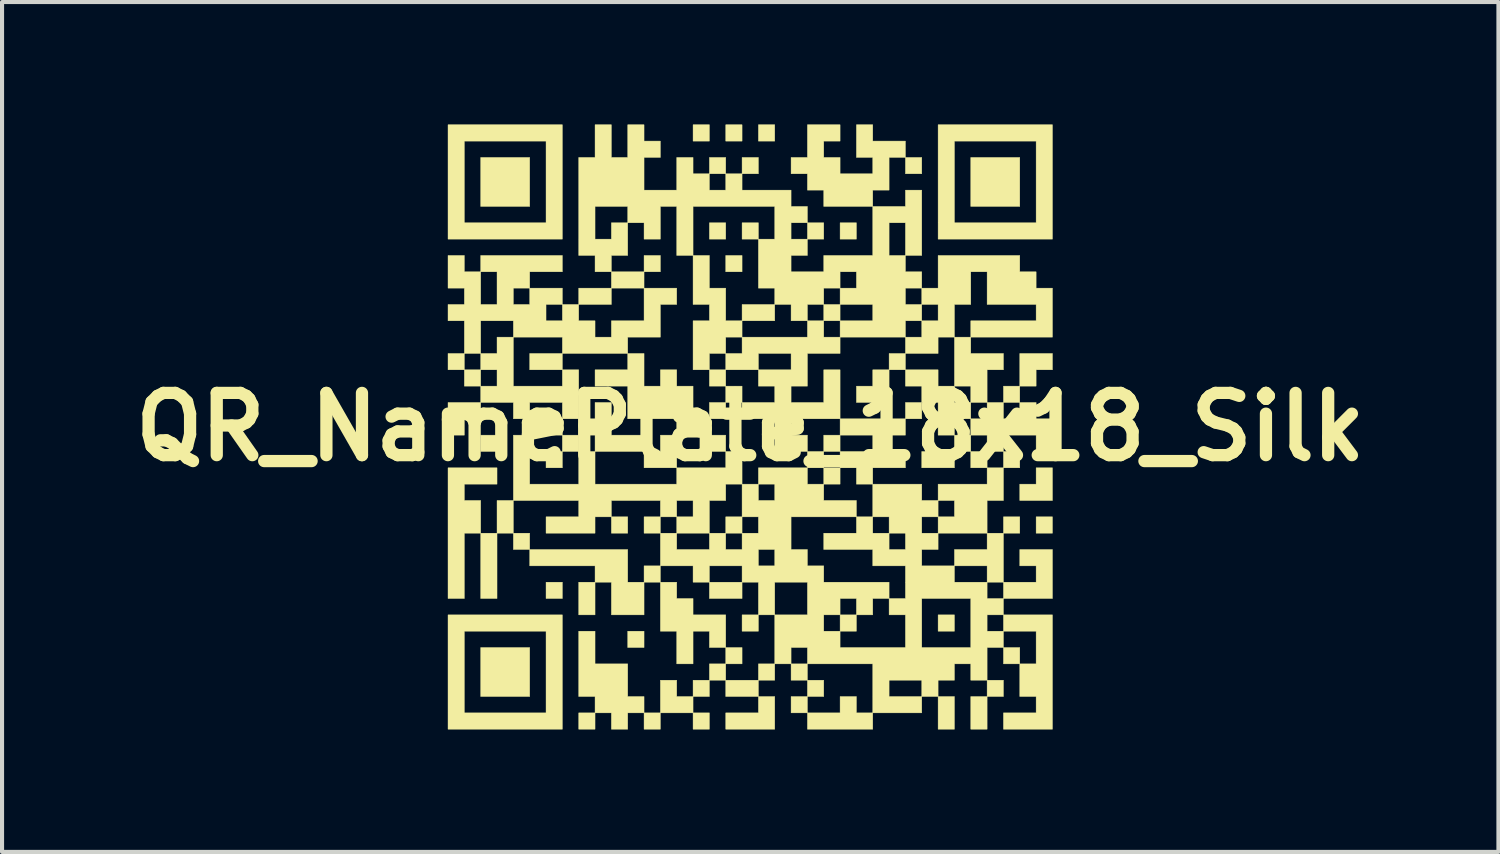
<source format=kicad_pcb>
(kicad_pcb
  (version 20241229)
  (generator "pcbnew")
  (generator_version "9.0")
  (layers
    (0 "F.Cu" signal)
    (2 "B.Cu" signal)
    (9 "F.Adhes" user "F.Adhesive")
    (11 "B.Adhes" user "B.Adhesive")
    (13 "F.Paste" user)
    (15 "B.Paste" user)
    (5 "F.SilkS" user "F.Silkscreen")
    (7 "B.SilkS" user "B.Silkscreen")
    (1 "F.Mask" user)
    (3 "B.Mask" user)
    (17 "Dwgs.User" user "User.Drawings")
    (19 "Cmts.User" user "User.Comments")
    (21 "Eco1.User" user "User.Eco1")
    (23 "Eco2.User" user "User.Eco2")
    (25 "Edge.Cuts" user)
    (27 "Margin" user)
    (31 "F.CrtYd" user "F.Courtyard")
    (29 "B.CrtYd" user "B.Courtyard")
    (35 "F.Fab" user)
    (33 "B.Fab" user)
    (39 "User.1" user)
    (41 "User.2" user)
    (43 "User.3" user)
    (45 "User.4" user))
  (footprint "QR_NamePlate_18x18_Silk"
    (layer "F.Cu")
    (at 15.32 7.405)
    (property "Reference" "QR_NamePlate_18x18_Silk" (at 0 0 0) (layer "F.SilkS") (effects (font (size 1.524 1.524) (thickness 0.3))))
    (attr through_hole)
    (fp_poly (pts (xy -6.2 0.6) (xy -6.6 0.6) (xy -6.6 0.2) (xy -6.2 0.2) (xy -6.2 0.6)) (stroke (width 0.01) (type solid)) (fill yes) (layer "F.SilkS"))
    (fp_poly (pts (xy -6.2 1.8) (xy -5.8 1.8) (xy -5.8 2.6) (xy -6.2 2.6) (xy -6.2 1.8)) (stroke (width 0.01) (type solid)) (fill yes) (layer "F.SilkS"))
    (fp_poly (pts (xy -6.2 2.6) (xy -6.2 4.2) (xy -6.6 4.2) (xy -6.6 2.6) (xy -6.2 2.6)) (stroke (width 0.01) (type solid)) (fill yes) (layer "F.SilkS"))
    (fp_poly (pts (xy -5.8 3) (xy -5.8 2.6) (xy -5.4 2.6) (xy -5.4 3) (xy -5.8 3)) (stroke (width 0.01) (type solid)) (fill yes) (layer "F.SilkS"))
    (fp_poly (pts (xy -5.4 -5.4) (xy -6.6 -5.4) (xy -6.6 -6.6) (xy -5.4 -6.6) (xy -5.4 -5.4)) (stroke (width 0.01) (type solid)) (fill yes) (layer "F.SilkS"))
    (fp_poly (pts (xy -5.4 -0.2) (xy -4.6 -0.2) (xy -4.6 0.2) (xy -5.4 0.2) (xy -5.4 -0.2)) (stroke (width 0.01) (type solid)) (fill yes) (layer "F.SilkS"))
    (fp_poly (pts (xy -5.4 6.6) (xy -6.6 6.6) (xy -6.6 5.4) (xy -5.4 5.4) (xy -5.4 6.6)) (stroke (width 0.01) (type solid)) (fill yes) (layer "F.SilkS"))
    (fp_poly (pts (xy -4.6 -1.4) (xy -5.4 -1.4) (xy -5.4 -1.8) (xy -4.6 -1.8) (xy -4.6 -1.4)) (stroke (width 0.01) (type solid)) (fill yes) (layer "F.SilkS"))
    (fp_poly (pts (xy -4.6 0.2) (xy -4.2 0.2) (xy -4.2 0.6) (xy -4.6 0.6) (xy -4.6 0.2)) (stroke (width 0.01) (type solid)) (fill yes) (layer "F.SilkS"))
    (fp_poly (pts (xy -4.6 1) (xy -5 1) (xy -5 0.6) (xy -4.6 0.6) (xy -4.6 1)) (stroke (width 0.01) (type solid)) (fill yes) (layer "F.SilkS"))
    (fp_poly (pts (xy -4.6 4.2) (xy -5 4.2) (xy -5 3.8) (xy -4.6 3.8) (xy -4.6 4.2)) (stroke (width 0.01) (type solid)) (fill yes) (layer "F.SilkS"))
    (fp_poly (pts (xy -4.2 -3.4) (xy -3.4 -3.4) (xy -3.4 -3) (xy -4.2 -3) (xy -4.2 -3.4)) (stroke (width 0.01) (type solid)) (fill yes) (layer "F.SilkS"))
    (fp_poly (pts (xy -3.8 4.6) (xy -4.2 4.6) (xy -4.2 3.8) (xy -3.8 3.8) (xy -3.8 4.6)) (stroke (width 0.01) (type solid)) (fill yes) (layer "F.SilkS"))
    (fp_poly (pts (xy -3.8 7.4) (xy -4.2 7.4) (xy -4.2 7) (xy -3.8 7) (xy -3.8 7.4)) (stroke (width 0.01) (type solid)) (fill yes) (layer "F.SilkS"))
    (fp_poly (pts (xy -3.4 -3.8) (xy -2.6 -3.8) (xy -2.6 -3.4) (xy -3.4 -3.4) (xy -3.4 -3.8)) (stroke (width 0.01) (type solid)) (fill yes) (layer "F.SilkS"))
    (fp_poly (pts (xy -3 2.6) (xy -3.4 2.6) (xy -3.4 2.2) (xy -3 2.2) (xy -3 2.6)) (stroke (width 0.01) (type solid)) (fill yes) (layer "F.SilkS"))
    (fp_poly (pts (xy -2.6 3.4) (xy -2.2 3.4) (xy -2.2 3.8) (xy -2.6 3.8) (xy -2.6 3.4)) (stroke (width 0.01) (type solid)) (fill yes) (layer "F.SilkS"))
    (fp_poly (pts (xy -2.6 5.4) (xy -3 5.4) (xy -3 5) (xy -2.6 5) (xy -2.6 5.4)) (stroke (width 0.01) (type solid)) (fill yes) (layer "F.SilkS"))
    (fp_poly (pts (xy -2.2 -3.8) (xy -2.6 -3.8) (xy -2.6 -4.2) (xy -2.2 -4.2) (xy -2.2 -3.8)) (stroke (width 0.01) (type solid)) (fill yes) (layer "F.SilkS"))
    (fp_poly (pts (xy -2.2 2.6) (xy -2.6 2.6) (xy -2.6 2.2) (xy -2.2 2.2) (xy -2.2 2.6)) (stroke (width 0.01) (type solid)) (fill yes) (layer "F.SilkS"))
    (fp_poly (pts (xy -2.2 7) (xy -2.2 7.4) (xy -2.6 7.4) (xy -2.6 7) (xy -2.2 7)) (stroke (width 0.01) (type solid)) (fill yes) (layer "F.SilkS"))
    (fp_poly (pts (xy -1.4 6.2) (xy -1 6.2) (xy -1 6.6) (xy -1.4 6.6) (xy -1.4 6.2)) (stroke (width 0.01) (type solid)) (fill yes) (layer "F.SilkS"))
    (fp_poly (pts (xy -1 -7) (xy -1.4 -7) (xy -1.4 -7.4) (xy -1 -7.4) (xy -1 -7)) (stroke (width 0.01) (type solid)) (fill yes) (layer "F.SilkS"))
    (fp_poly (pts (xy -1 -0.6) (xy -0.6 -0.6) (xy -0.6 -0.2) (xy -1 -0.2) (xy -1 -0.6)) (stroke (width 0.01) (type solid)) (fill yes) (layer "F.SilkS"))
    (fp_poly (pts (xy -1 5.8) (xy -0.6 5.8) (xy -0.6 6.2) (xy -1 6.2) (xy -1 5.8)) (stroke (width 0.01) (type solid)) (fill yes) (layer "F.SilkS"))
    (fp_poly (pts (xy -1 7.4) (xy -1.4 7.4) (xy -1.4 7) (xy -1 7) (xy -1 7.4)) (stroke (width 0.01) (type solid)) (fill yes) (layer "F.SilkS"))
    (fp_poly (pts (xy -0.6 -4.6) (xy -1 -4.6) (xy -1 -5) (xy -0.6 -5) (xy -0.6 -4.6)) (stroke (width 0.01) (type solid)) (fill yes) (layer "F.SilkS"))
    (fp_poly (pts (xy -0.6 0.6) (xy -1 0.6) (xy -1 0.2) (xy -0.6 0.2) (xy -0.6 0.6)) (stroke (width 0.01) (type solid)) (fill yes) (layer "F.SilkS"))
    (fp_poly (pts (xy -0.6 6.6) (xy -0.6 6.2) (xy 0.2 6.2) (xy 0.2 6.6) (xy -0.6 6.6)) (stroke (width 0.01) (type solid)) (fill yes) (layer "F.SilkS"))
    (fp_poly (pts (xy -0.2 -7) (xy -0.6 -7) (xy -0.6 -7.4) (xy -0.2 -7.4) (xy -0.2 -7)) (stroke (width 0.01) (type solid)) (fill yes) (layer "F.SilkS"))
    (fp_poly (pts (xy -0.2 -6.6) (xy 0.2 -6.6) (xy 0.2 -6.2) (xy -0.2 -6.2) (xy -0.2 -6.6)) (stroke (width 0.01) (type solid)) (fill yes) (layer "F.SilkS"))
    (fp_poly (pts (xy -0.2 -3.8) (xy -0.6 -3.8) (xy -0.6 -4.2) (xy -0.2 -4.2) (xy -0.2 -3.8)) (stroke (width 0.01) (type solid)) (fill yes) (layer "F.SilkS"))
    (fp_poly (pts (xy -0.2 -3) (xy 0.6 -3) (xy 0.6 -2.6) (xy -0.2 -2.6) (xy -0.2 -3)) (stroke (width 0.01) (type solid)) (fill yes) (layer "F.SilkS"))
    (fp_poly (pts (xy -0.2 2.6) (xy -0.6 2.6) (xy -0.6 2.2) (xy -0.2 2.2) (xy -0.2 2.6)) (stroke (width 0.01) (type solid)) (fill yes) (layer "F.SilkS"))
    (fp_poly (pts (xy -0.2 4.2) (xy -1 4.2) (xy -1 3.8) (xy -0.2 3.8) (xy -0.2 4.2)) (stroke (width 0.01) (type solid)) (fill yes) (layer "F.SilkS"))
    (fp_poly (pts (xy -0.2 5.4) (xy -0.2 5.8) (xy -0.6 5.8) (xy -0.6 5.4) (xy -0.2 5.4)) (stroke (width 0.01) (type solid)) (fill yes) (layer "F.SilkS"))
    (fp_poly (pts (xy 0.2 -4.6) (xy -0.2 -4.6) (xy -0.2 -5) (xy 0.2 -5) (xy 0.2 -4.6)) (stroke (width 0.01) (type solid)) (fill yes) (layer "F.SilkS"))
    (fp_poly (pts (xy 0.2 5) (xy -0.2 5) (xy -0.2 4.6) (xy 0.2 4.6) (xy 0.2 5)) (stroke (width 0.01) (type solid)) (fill yes) (layer "F.SilkS"))
    (fp_poly (pts (xy 0.2 5.8) (xy 0.6 5.8) (xy 0.6 6.2) (xy 0.2 6.2) (xy 0.2 5.8)) (stroke (width 0.01) (type solid)) (fill yes) (layer "F.SilkS"))
    (fp_poly (pts (xy 0.6 -7) (xy 0.2 -7) (xy 0.2 -7.4) (xy 0.6 -7.4) (xy 0.6 -7)) (stroke (width 0.01) (type solid)) (fill yes) (layer "F.SilkS"))
    (fp_poly (pts (xy 1.4 -5) (xy 1.8 -5) (xy 1.8 -4.6) (xy 1.4 -4.6) (xy 1.4 -5)) (stroke (width 0.01) (type solid)) (fill yes) (layer "F.SilkS"))
    (fp_poly (pts (xy 1.8 -3) (xy 2.2 -3) (xy 2.2 -2.6) (xy 1.8 -2.6) (xy 1.8 -3)) (stroke (width 0.01) (type solid)) (fill yes) (layer "F.SilkS"))
    (fp_poly (pts (xy 2.2 0.6) (xy 1.8 0.6) (xy 1.8 0.2) (xy 2.2 0.2) (xy 2.2 0.6)) (stroke (width 0.01) (type solid)) (fill yes) (layer "F.SilkS"))
    (fp_poly (pts (xy 2.6 -4.6) (xy 2.2 -4.6) (xy 2.2 -5) (xy 2.6 -5) (xy 2.6 -4.6)) (stroke (width 0.01) (type solid)) (fill yes) (layer "F.SilkS"))
    (fp_poly (pts (xy 2.6 5) (xy 2.2 5) (xy 2.2 4.6) (xy 2.6 4.6) (xy 2.6 5)) (stroke (width 0.01) (type solid)) (fill yes) (layer "F.SilkS"))
    (fp_poly (pts (xy 3.4 -1.8) (xy 3.8 -1.8) (xy 3.8 -1.4) (xy 3.4 -1.4) (xy 3.4 -1.8)) (stroke (width 0.01) (type solid)) (fill yes) (layer "F.SilkS"))
    (fp_poly (pts (xy 4.2 -6.2) (xy 3.8 -6.2) (xy 3.8 -6.6) (xy 4.2 -6.6) (xy 4.2 -6.2)) (stroke (width 0.01) (type solid)) (fill yes) (layer "F.SilkS"))
    (fp_poly (pts (xy 4.2 -0.2) (xy 3.8 -0.2) (xy 3.8 -0.6) (xy 4.2 -0.6) (xy 4.2 -0.2)) (stroke (width 0.01) (type solid)) (fill yes) (layer "F.SilkS"))
    (fp_poly (pts (xy 5 0.2) (xy 5.4 0.2) (xy 5.4 0.6) (xy 5 0.6) (xy 5 0.2)) (stroke (width 0.01) (type solid)) (fill yes) (layer "F.SilkS"))
    (fp_poly (pts (xy 5 1) (xy 4.2 1) (xy 4.2 0.6) (xy 5 0.6) (xy 5 1)) (stroke (width 0.01) (type solid)) (fill yes) (layer "F.SilkS"))
    (fp_poly (pts (xy 5 5) (xy 4.6 5) (xy 4.6 4.6) (xy 5 4.6) (xy 5 5)) (stroke (width 0.01) (type solid)) (fill yes) (layer "F.SilkS"))
    (fp_poly (pts (xy 5 7.4) (xy 4.6 7.4) (xy 4.6 6.6) (xy 5 6.6) (xy 5 7.4)) (stroke (width 0.01) (type solid)) (fill yes) (layer "F.SilkS"))
    (fp_poly (pts (xy 5.8 1) (xy 5.4 1) (xy 5.4 0.6) (xy 5.8 0.6) (xy 5.8 1)) (stroke (width 0.01) (type solid)) (fill yes) (layer "F.SilkS"))
    (fp_poly (pts (xy 5.8 6.2) (xy 6.2 6.2) (xy 6.2 6.6) (xy 5.8 6.6) (xy 5.8 6.2)) (stroke (width 0.01) (type solid)) (fill yes) (layer "F.SilkS"))
    (fp_poly (pts (xy 5.8 7.4) (xy 5.4 7.4) (xy 5.4 6.6) (xy 5.8 6.6) (xy 5.8 7.4)) (stroke (width 0.01) (type solid)) (fill yes) (layer "F.SilkS"))
    (fp_poly (pts (xy 6.2 0.6) (xy 6.6 0.6) (xy 6.6 1) (xy 6.2 1) (xy 6.2 0.6)) (stroke (width 0.01) (type solid)) (fill yes) (layer "F.SilkS"))
    (fp_poly (pts (xy 6.2 2.2) (xy 6.6 2.2) (xy 6.6 2.6) (xy 6.2 2.6) (xy 6.2 2.2)) (stroke (width 0.01) (type solid)) (fill yes) (layer "F.SilkS"))
    (fp_poly (pts (xy 6.2 5.8) (xy 6.2 5.4) (xy 6.6 5.4) (xy 6.6 5.8) (xy 6.2 5.8)) (stroke (width 0.01) (type solid)) (fill yes) (layer "F.SilkS"))
    (fp_poly (pts (xy 6.6 -5.4) (xy 5.4 -5.4) (xy 5.4 -6.6) (xy 6.6 -6.6) (xy 6.6 -5.4)) (stroke (width 0.01) (type solid)) (fill yes) (layer "F.SilkS"))
    (fp_poly (pts (xy 7.4 2.6) (xy 7 2.6) (xy 7 2.2) (xy 7.4 2.2) (xy 7.4 2.6)) (stroke (width 0.01) (type solid)) (fill yes) (layer "F.SilkS"))
    (fp_poly (pts (xy -6.6 -0.2) (xy -7 -0.2) (xy -7 0.2) (xy -7.4 0.2) (xy -7.4 -0.6) (xy -6.6 -0.6) (xy -6.6 -0.2)) (stroke (width 0.01) (type solid)) (fill yes) (layer "F.SilkS"))
    (fp_poly (pts (xy -2.2 0.6) (xy -2.2 0.2) (xy -1.8 0.2) (xy -1.8 1) (xy -2.6 1) (xy -2.6 0.6) (xy -2.2 0.6)) (stroke (width 0.01) (type solid)) (fill yes) (layer "F.SilkS"))
    (fp_poly (pts (xy -2.2 6.2) (xy -1.8 6.2) (xy -1.8 6.6) (xy -1.4 6.6) (xy -1.4 7) (xy -2.2 7) (xy -2.2 6.2)) (stroke (width 0.01) (type solid)) (fill yes) (layer "F.SilkS"))
    (fp_poly (pts (xy 0.6 6.6) (xy 0.6 7.4) (xy -0.6 7.4) (xy -0.6 7) (xy 0.2 7) (xy 0.2 6.6) (xy 0.6 6.6)) (stroke (width 0.01) (type solid)) (fill yes) (layer "F.SilkS"))
    (fp_poly (pts (xy 3.4 -0.6) (xy 2.6 -0.6) (xy 2.6 -1) (xy 3 -1) (xy 3 -1.4) (xy 3.4 -1.4) (xy 3.4 -0.6)) (stroke (width 0.01) (type solid)) (fill yes) (layer "F.SilkS"))
    (fp_poly (pts (xy 6.6 -1.8) (xy 7.4 -1.8) (xy 7.4 -1.4) (xy 7 -1.4) (xy 7 -1) (xy 6.6 -1) (xy 6.6 -1.8)) (stroke (width 0.01) (type solid)) (fill yes) (layer "F.SilkS"))
    (fp_poly (pts (xy 7.4 1.8) (xy 6.6 1.8) (xy 6.6 1.4) (xy 7 1.4) (xy 7 1) (xy 7.4 1) (xy 7.4 1.8)) (stroke (width 0.01) (type solid)) (fill yes) (layer "F.SilkS"))
    (fp_poly (pts (xy -7 2.6) (xy -7 4.2) (xy -7.4 4.2) (xy -7.4 1) (xy -6.2 1) (xy -6.2 1.4) (xy -7 1.4) (xy -7 1.8) (xy -6.6 1.8) (xy -6.6 2.6) (xy -7 2.6)) (stroke (width 0.01) (type solid)) (fill yes) (layer "F.SilkS"))
    (fp_poly (pts (xy -4.2 -0.2) (xy -3.8 -0.2) (xy -3.8 -0.6) (xy -3.4 -0.6) (xy -3.4 0.2) (xy -2.6 0.2) (xy -2.6 0.6) (xy -3.8 0.6) (xy -3.8 0.2) (xy -4.2 0.2) (xy -4.2 -0.2)) (stroke (width 0.01) (type solid)) (fill yes) (layer "F.SilkS"))
    (fp_poly (pts (xy -3.8 3.4) (xy -5.4 3.4) (xy -5.4 3) (xy -3 3) (xy -3 3.8) (xy -2.6 3.8) (xy -2.6 4.6) (xy -3.4 4.6) (xy -3.4 3.8) (xy -3.8 3.8) (xy -3.8 3.4)) (stroke (width 0.01) (type solid)) (fill yes) (layer "F.SilkS"))
    (fp_poly (pts (xy -4.6 -4.6) (xy -7.4 -4.6) (xy -7.4 -7) (xy -7 -7) (xy -7 -5) (xy -5 -5) (xy -5 -7) (xy -7 -7) (xy -7.4 -7) (xy -7.4 -7.4) (xy -4.6 -7.4) (xy -4.6 -4.6)) (stroke (width 0.01) (type solid)) (fill yes) (layer "F.SilkS"))
    (fp_poly (pts (xy -4.6 7.4) (xy -7.4 7.4) (xy -7.4 5) (xy -7 5) (xy -7 7) (xy -5 7) (xy -5 5) (xy -7 5) (xy -7.4 5) (xy -7.4 4.6) (xy -4.6 4.6) (xy -4.6 7.4)) (stroke (width 0.01) (type solid)) (fill yes) (layer "F.SilkS"))
    (fp_poly (pts (xy 7.4 -4.6) (xy 4.6 -4.6) (xy 4.6 -7) (xy 5 -7) (xy 5 -5) (xy 7 -5) (xy 7 -7) (xy 5 -7) (xy 4.6 -7) (xy 4.6 -7.4) (xy 7.4 -7.4) (xy 7.4 -4.6)) (stroke (width 0.01) (type solid)) (fill yes) (layer "F.SilkS"))
    (fp_poly (pts (xy 7 5.8) (xy 7 5) (xy 6.2 5) (xy 6.2 4.6) (xy 7.4 4.6) (xy 7.4 7.4) (xy 6.2 7.4) (xy 6.2 7) (xy 7 7) (xy 7 6.6) (xy 6.6 6.6) (xy 6.6 5.8) (xy 7 5.8)) (stroke (width 0.01) (type solid)) (fill yes) (layer "F.SilkS"))
    (fp_poly (pts (xy -3.8 6.6) (xy -4.2 6.6) (xy -4.2 5) (xy -3.8 5) (xy -3.8 5.8) (xy -3 5.8) (xy -3 6.6) (xy -2.6 6.6) (xy -2.6 7) (xy -3 7) (xy -3 7.4) (xy -3.4 7.4) (xy -3.4 7) (xy -3.8 7) (xy -3.8 6.6)) (stroke (width 0.01) (type solid)) (fill yes) (layer "F.SilkS"))
    (fp_poly (pts (xy -1 5.4) (xy -1 5) (xy -1.4 5) (xy -1.4 5.8) (xy -1.8 5.8) (xy -1.8 5) (xy -2.2 5) (xy -2.2 3.8) (xy -1.8 3.8) (xy -1.8 4.2) (xy -1.4 4.2) (xy -1.4 4.6) (xy -0.6 4.6) (xy -0.6 5.4) (xy -1 5.4)) (stroke (width 0.01) (type solid)) (fill yes) (layer "F.SilkS"))
    (fp_poly (pts (xy 4.6 0.2) (xy 4.6 -0.6) (xy 4.2 -0.6) (xy 4.2 -1) (xy 3.8 -1) (xy 3.8 -1.4) (xy 4.6 -1.4) (xy 4.6 -1) (xy 5 -1) (xy 5 -0.6) (xy 5.4 -0.6) (xy 5.4 -0.2) (xy 5 -0.2) (xy 5 0.2) (xy 4.6 0.2)) (stroke (width 0.01) (type solid)) (fill yes) (layer "F.SilkS"))
    (fp_poly (pts (xy -1.8 -0.2) (xy -3 -0.2) (xy -3 -1) (xy -3.8 -1) (xy -3.8 -1.4) (xy -3 -1.4) (xy -3 -1.8) (xy -2.6 -1.8) (xy -2.6 -1) (xy -2.2 -1) (xy -2.2 -1.4) (xy -1.8 -1.4) (xy -1.8 -1) (xy -1.4 -1) (xy -1.4 -0.2) (xy -1 -0.2) (xy -1 0.2) (xy -1.8 0.2) (xy -1.8 -0.2)) (stroke (width 0.01) (type solid)) (fill yes) (layer "F.SilkS"))
    (fp_poly (pts (xy 6.6 -0.6) (xy 7 -0.6) (xy 7 -0.2) (xy 7.4 -0.2) (xy 7.4 0.6) (xy 7 0.6) (xy 7 0.2) (xy 6.2 0.2) (xy 6.2 0.6) (xy 5.8 0.6) (xy 5.8 0.2) (xy 5.4 0.2) (xy 5.4 -0.2) (xy 5.8 -0.2) (xy 5.8 -0.6) (xy 6.2 -0.6) (xy 6.2 -0.2) (xy 6.6 -0.2) (xy 6.6 -0.6) (xy 6.2 -0.6) (xy 6.2 -1) (xy 6.6 -1) (xy 6.6 -0.6)) (stroke (width 0.01) (type solid)) (fill yes) (layer "F.SilkS"))
    (fp_poly (pts (xy 1.8 -5.4) (xy 1.8 -5.8) (xy 1.4 -5.8) (xy 1.4 -6.2) (xy 1 -6.2) (xy 1 -6.6) (xy 1.4 -6.6) (xy 1.4 -7.4) (xy 2.2 -7.4) (xy 2.2 -7) (xy 1.8 -7) (xy 1.8 -6.6) (xy 2.2 -6.6) (xy 2.2 -6.2) (xy 3 -6.2) (xy 3 -6.6) (xy 2.6 -6.6) (xy 2.6 -7.4) (xy 3 -7.4) (xy 3 -7) (xy 3.8 -7) (xy 3.8 -6.6) (xy 3.4 -6.6) (xy 3.4 -5.8) (xy 3 -5.8) (xy 3 -5.4) (xy 1.8 -5.4)) (stroke (width 0.01) (type solid)) (fill yes) (layer "F.SilkS"))
    (fp_poly (pts (xy -2.2 2.2) (xy -2.2 1.8) (xy -1.8 1.8) (xy -1.8 2.2) (xy -1.4 2.2) (xy -1.4 1.8) (xy -1.8 1.8) (xy -2.2 1.8) (xy -3.4 1.8) (xy -3.4 2.2) (xy -3.8 2.2) (xy -3.8 2.6) (xy -5 2.6) (xy -5 2.2) (xy -4.2 2.2) (xy -4.2 1.8) (xy -5.8 1.8) (xy -5.8 0.2) (xy -5.4 0.2) (xy -5.4 1.4) (xy -4.2 1.4) (xy -4.2 0.6) (xy -3.8 0.6) (xy -3.8 1.4) (xy -1.8 1.4) (xy -1.8 1) (xy -0.6 1) (xy -0.6 0.6) (xy -0.2 0.6) (xy -0.2 1.4) (xy -0.6 1.4) (xy -0.6 1.8) (xy -1 1.8) (xy -1 2.6) (xy -1.8 2.6) (xy -1.8 2.2) (xy -2.2 2.2)) (stroke (width 0.01) (type solid)) (fill yes) (layer "F.SilkS"))
    (fp_poly (pts (xy -5.8 -0.2) (xy -5.8 -0.6) (xy -6.6 -0.6) (xy -6.6 -1) (xy -6.2 -1) (xy -6.2 -1.4) (xy -6.6 -1.4) (xy -6.6 -1) (xy -7 -1) (xy -7 -1.4) (xy -7.4 -1.4) (xy -7.4 -1.8) (xy -7 -1.8) (xy -7 -1.4) (xy -6.6 -1.4) (xy -6.6 -1.8) (xy -7 -1.8) (xy -7 -2.6) (xy -6.6 -2.6) (xy -6.6 -1.8) (xy -6.2 -1.8) (xy -6.2 -2.2) (xy -5.8 -2.2) (xy -5.8 -2.6) (xy -6.6 -2.6) (xy -7 -2.6) (xy -7.4 -2.6) (xy -7.4 -3) (xy -7 -3) (xy -7 -3.4) (xy -7.4 -3.4) (xy -7.4 -4.2) (xy -7 -4.2) (xy -7 -3.8) (xy -6.6 -3.8) (xy -6.6 -3) (xy -6.2 -3) (xy -6.2 -3.4) (xy -5.8 -3.4) (xy -5.8 -3) (xy -5.4 -3) (xy -5 -3) (xy -5 -2.6) (xy -4.6 -2.6) (xy -4.6 -3) (xy -5 -3) (xy -5.4 -3) (xy -5.4 -3.4) (xy -5.8 -3.4) (xy -6.2 -3.4) (xy -6.2 -3.8) (xy -6.6 -3.8) (xy -6.6 -4.2) (xy -4.6 -4.2) (xy -4.6 -3.8) (xy -5.4 -3.8) (xy -5.4 -3.4) (xy -4.6 -3.4) (xy -4.6 -3) (xy -4.2 -3) (xy -4.2 -2.6) (xy -3.8 -2.6) (xy -3.8 -2.2) (xy -3.4 -2.2) (xy -3.4 -2.6) (xy -2.6 -2.6) (xy -2.6 -3.4) (xy -1.8 -3.4) (xy -1.8 -3) (xy -2.2 -3) (xy -2.2 -2.2) (xy -3 -2.2) (xy -3 -1.8) (xy -4.6 -1.8) (xy -4.6 -2.2) (xy -5.8 -2.2) (xy -5.8 -1) (xy -4.6 -1) (xy -4.6 -1.4) (xy -4.2 -1.4) (xy -4.2 -0.2) (xy -4.6 -0.2) (xy -4.6 -0.6) (xy -5.4 -0.6) (xy -5.4 -0.2) (xy -5.8 -0.2)) (stroke (width 0.01) (type solid)) (fill yes) (layer "F.SilkS"))
    (fp_poly (pts (xy -0.2 -2.2) (xy 1.4 -2.2) (xy 1.4 -2.6) (xy 1.8 -2.6) (xy 1.8 -2.2) (xy 2.2 -2.2) (xy 2.2 -1.8) (xy 1.4 -1.8) (xy 1.4 -1) (xy 1 -1) (xy 1 -0.6) (xy 1.8 -0.6) (xy 1.8 -1.4) (xy 2.2 -1.4) (xy 2.2 -0.2) (xy 3.8 -0.2) (xy 3.8 0.2) (xy 3.4 0.2) (xy 3.4 0.6) (xy 3.8 0.6) (xy 3.8 1) (xy 3 1) (xy 3 1.4) (xy 2.6 1.4) (xy 2.6 1) (xy 2.2 1) (xy 2.2 1.4) (xy 1.8 1.4) (xy 1.8 1) (xy 1.4 1) (xy 1.4 0.6) (xy 0.6 0.6) (xy 0.6 -0.2) (xy 1 -0.2) (xy 1 0.2) (xy 1.4 0.2) (xy 1.4 0.6) (xy 1.8 0.6) (xy 1.8 1) (xy 2.2 1) (xy 2.2 0.6) (xy 3 0.6) (xy 3 0.2) (xy 2.2 0.2) (xy 2.2 -0.2) (xy 1 -0.2) (xy 0.6 -0.2) (xy -0.2 -0.2) (xy -0.2 -0.6) (xy -0.6 -0.6) (xy -0.6 -1) (xy -1 -1) (xy -1 -1.4) (xy -1.4 -1.4) (xy -1.4 -1.8) (xy -1 -1.8) (xy -1 -1.4) (xy -0.6 -1.4) (xy -0.6 -1) (xy -0.2 -1) (xy -0.2 -0.6) (xy 0.6 -0.6) (xy 0.6 -1) (xy 0.2 -1) (xy 0.2 -1.4) (xy -0.6 -1.4) (xy -0.6 -1.8) (xy -1 -1.8) (xy -1.4 -1.8) (xy -1.4 -2.2) (xy -0.6 -2.2) (xy -0.6 -1.8) (xy -0.2 -1.8) (xy 0.2 -1.8) (xy 0.2 -1.4) (xy 1 -1.4) (xy 1 -1.8) (xy 0.2 -1.8) (xy -0.2 -1.8) (xy -0.2 -2.2) (xy -0.6 -2.2) (xy -1.4 -2.2) (xy -1.4 -2.6) (xy -1 -2.6) (xy -1 -3) (xy -1.4 -3) (xy -1.4 -4.2) (xy -1 -4.2) (xy -1 -3.4) (xy -0.6 -3.4) (xy -0.6 -2.6) (xy -0.2 -2.6) (xy -0.2 -2.2)) (stroke (width 0.01) (type solid)) (fill yes) (layer "F.SilkS"))
    (fp_poly (pts (xy -0.2 -5.8) (xy 1 -5.8) (xy 1 -5.4) (xy 1.4 -5.4) (xy 1.4 -5) (xy 1 -5) (xy 1 -4.6) (xy 1.4 -4.6) (xy 1.4 -4.2) (xy 1 -4.2) (xy 1 -3.8) (xy 1.8 -3.8) (xy 2.2 -3.8) (xy 2.2 -3.4) (xy 2.6 -3.4) (xy 3.8 -3.4) (xy 3.8 -3) (xy 4.2 -3) (xy 4.2 -3.4) (xy 3.8 -3.4) (xy 2.6 -3.4) (xy 2.6 -3.8) (xy 2.2 -3.8) (xy 1.8 -3.8) (xy 1.8 -4.2) (xy 3 -4.2) (xy 3 -5) (xy 3.4 -5) (xy 3.4 -4.2) (xy 3.8 -4.2) (xy 3.8 -5) (xy 3.4 -5) (xy 3 -5) (xy 3 -5.4) (xy 3.8 -5.4) (xy 3.8 -5.8) (xy 4.2 -5.8) (xy 4.2 -4.2) (xy 3.8 -4.2) (xy 3.8 -3.8) (xy 4.2 -3.8) (xy 4.2 -3.4) (xy 4.6 -3.4) (xy 4.6 -4.2) (xy 6.6 -4.2) (xy 6.6 -3.8) (xy 7 -3.8) (xy 7 -3.4) (xy 7.4 -3.4) (xy 7.4 -2.2) (xy 5.4 -2.2) (xy 5.4 -1.8) (xy 6.2 -1.8) (xy 6.2 -1.4) (xy 5.8 -1.4) (xy 5.8 -0.6) (xy 5.4 -0.6) (xy 5.4 -1) (xy 5 -1) (xy 5 -2.2) (xy 4.6 -2.2) (xy 4.6 -1.8) (xy 3.8 -1.8) (xy 3.8 -2.2) (xy 2.2 -2.2) (xy 2.2 -2.6) (xy 3 -2.6) (xy 3.8 -2.6) (xy 3.8 -2.2) (xy 4.2 -2.2) (xy 4.2 -2.6) (xy 4.6 -2.6) (xy 4.6 -3) (xy 5 -3) (xy 5 -2.2) (xy 5.4 -2.2) (xy 5.4 -2.6) (xy 7 -2.6) (xy 7 -3) (xy 5.8 -3) (xy 5.8 -3.8) (xy 5.4 -3.8) (xy 5.4 -3) (xy 5 -3) (xy 4.6 -3) (xy 4.2 -3) (xy 4.2 -2.6) (xy 3.8 -2.6) (xy 3 -2.6) (xy 3 -3) (xy 2.2 -3) (xy 2.2 -3.4) (xy 1.8 -3.4) (xy 1.8 -3) (xy 1.4 -3) (xy 1.4 -2.6) (xy 1 -2.6) (xy 1 -3) (xy 0.6 -3) (xy 0.6 -3.4) (xy 0.2 -3.4) (xy 0.2 -4.6) (xy 0.6 -4.6) (xy 0.6 -5.4) (xy -1.4 -5.4) (xy -1.4 -4.2) (xy -1.8 -4.2) (xy -1.8 -5.4) (xy -2.2 -5.4) (xy -2.2 -4.6) (xy -2.6 -4.6) (xy -2.6 -5) (xy -3 -5) (xy -3 -4.2) (xy -3.4 -4.2) (xy -3.4 -3.8) (xy -3.8 -3.8) (xy -3.8 -4.2) (xy -4.2 -4.2) (xy -4.2 -5.4) (xy -3.8 -5.4) (xy -3.8 -4.6) (xy -3.4 -4.6) (xy -3.4 -5) (xy -3 -5) (xy -3 -5.4) (xy -3.8 -5.4) (xy -4.2 -5.4) (xy -4.2 -6.6) (xy -3.8 -6.6) (xy -3.8 -7.4) (xy -3.4 -7.4) (xy -3.4 -6.6) (xy -3 -6.6) (xy -3 -7.4) (xy -2.6 -7.4) (xy -2.6 -7) (xy -2.2 -7) (xy -2.2 -6.6) (xy -2.6 -6.6) (xy -2.6 -5.8) (xy -1.8 -5.8) (xy -1.8 -6.6) (xy -1.4 -6.6) (xy -1.4 -6.2) (xy -1 -6.2) (xy -1 -5.8) (xy -0.6 -5.8) (xy -0.6 -6.2) (xy -1 -6.2) (xy -1 -6.6) (xy -0.6 -6.6) (xy -0.6 -6.2) (xy -0.2 -6.2) (xy -0.2 -5.8)) (stroke (width 0.01) (type solid)) (fill yes) (layer "F.SilkS"))
    (fp_poly (pts (xy 6.2 3.8) (xy 7 3.8) (xy 7 3.4) (xy 6.6 3.4) (xy 6.6 3) (xy 7.4 3) (xy 7.4 4.2) (xy 6.2 4.2) (xy 6.2 4.6) (xy 5.8 4.6) (xy 5.8 5) (xy 6.2 5) (xy 6.2 5.4) (xy 5.8 5.4) (xy 5.8 6.2) (xy 5.4 6.2) (xy 5.4 5.8) (xy 5 5.8) (xy 5 6.2) (xy 4.6 6.2) (xy 4.6 6.6) (xy 4.2 6.6) (xy 4.2 7) (xy 3 7) (xy 3 7.4) (xy 1.4 7.4) (xy 1.4 7) (xy 1 7) (xy 1 6.6) (xy 1.4 6.6) (xy 1.4 7) (xy 2.2 7) (xy 2.2 6.6) (xy 2.6 6.6) (xy 2.6 7) (xy 3 7) (xy 3 6.2) (xy 3.4 6.2) (xy 3.4 6.6) (xy 4.2 6.6) (xy 4.2 6.2) (xy 3.4 6.2) (xy 3 6.2) (xy 3 5.8) (xy 1.4 5.8) (xy 1.4 6.2) (xy 1.8 6.2) (xy 1.8 6.6) (xy 1.4 6.6) (xy 1.4 6.2) (xy 1 6.2) (xy 1 5.8) (xy 0.6 5.8) (xy 0.6 5.4) (xy 1 5.4) (xy 1 5.8) (xy 1.4 5.8) (xy 1.4 5.4) (xy 1 5.4) (xy 0.6 5.4) (xy 0.6 4.6) (xy 0.2 4.6) (xy 0.2 3.8) (xy 0.6 3.8) (xy 0.6 4.6) (xy 1.4 4.6) (xy 1.8 4.6) (xy 1.8 5) (xy 2.2 5) (xy 2.2 5.4) (xy 3.8 5.4) (xy 3.8 4.6) (xy 3.4 4.6) (xy 3.4 4.2) (xy 3 4.2) (xy 3 4.6) (xy 2.6 4.6) (xy 2.6 4.2) (xy 2.2 4.2) (xy 2.2 4.6) (xy 1.8 4.6) (xy 1.4 4.6) (xy 1.4 3.8) (xy 0.6 3.8) (xy 0.2 3.8) (xy -0.2 3.8) (xy -0.2 3.4) (xy -1 3.4) (xy -1 3.8) (xy -1.4 3.8) (xy -1.4 3.4) (xy -2.2 3.4) (xy -2.2 2.6) (xy -1.8 2.6) (xy -1.8 3) (xy -1 3) (xy -1 2.6) (xy -0.6 2.6) (xy -0.6 3) (xy -0.2 3) (xy 0.2 3) (xy 0.2 3.4) (xy 0.6 3.4) (xy 0.6 3) (xy 0.2 3) (xy -0.2 3) (xy -0.2 2.6) (xy 0.2 2.6) (xy 0.2 2.2) (xy 1 2.2) (xy 1 3) (xy 1.4 3) (xy 1.4 3.4) (xy 1.8 3.4) (xy 1.8 3.8) (xy 3.4 3.8) (xy 3.4 4.2) (xy 3.8 4.2) (xy 4.2 4.2) (xy 4.2 5.4) (xy 5.4 5.4) (xy 5.4 4.2) (xy 5.8 4.2) (xy 6.2 4.2) (xy 6.2 3.8) (xy 5.8 3.8) (xy 5.8 4.2) (xy 5.4 4.2) (xy 4.2 4.2) (xy 3.8 4.2) (xy 3.8 3.4) (xy 3 3.4) (xy 3 3) (xy 3.4 3) (xy 3.8 3) (xy 4.2 3) (xy 4.2 3.4) (xy 5 3.4) (xy 5 3.8) (xy 5.8 3.8) (xy 5.8 3.4) (xy 5 3.4) (xy 5 3) (xy 5.8 3) (xy 5.8 2.6) (xy 4.6 2.6) (xy 4.6 3) (xy 4.2 3) (xy 3.8 3) (xy 3.8 2.6) (xy 3.4 2.6) (xy 3.4 3) (xy 3 3) (xy 1.8 3) (xy 1.8 2.6) (xy 2.6 2.6) (xy 2.6 2.2) (xy 1 2.2) (xy 0.2 2.2) (xy -0.2 2.2) (xy -0.2 1.4) (xy 0.2 1.4) (xy 0.2 1.8) (xy 0.6 1.8) (xy 0.6 1.4) (xy 0.2 1.4) (xy 0.2 1) (xy 1.4 1) (xy 1.4 1.4) (xy 1.8 1.4) (xy 1.8 1.8) (xy 2.6 1.8) (xy 2.6 2.2) (xy 3 2.2) (xy 3 2.6) (xy 3.4 2.6) (xy 3.4 2.2) (xy 4.2 2.2) (xy 4.2 2.6) (xy 4.6 2.6) (xy 4.6 2.2) (xy 4.2 2.2) (xy 3.4 2.2) (xy 3 2.2) (xy 3 1.4) (xy 4.2 1.4) (xy 4.2 1.8) (xy 4.6 1.8) (xy 4.6 2.2) (xy 5 2.2) (xy 5 1.8) (xy 4.6 1.8) (xy 4.6 1.4) (xy 5.8 1.4) (xy 5.8 1) (xy 6.2 1) (xy 6.2 1.8) (xy 5.8 1.8) (xy 5.8 2.6) (xy 6.2 2.6) (xy 6.2 3.8)) (stroke (width 0.01) (type solid)) (fill yes) (layer "F.SilkS")))
  (gr_rect
    (start -3 -3)
    (end 33.64 17.81)
    (stroke (width 0.1) (type default))
    (fill no)
    (layer "Edge.Cuts")))
</source>
